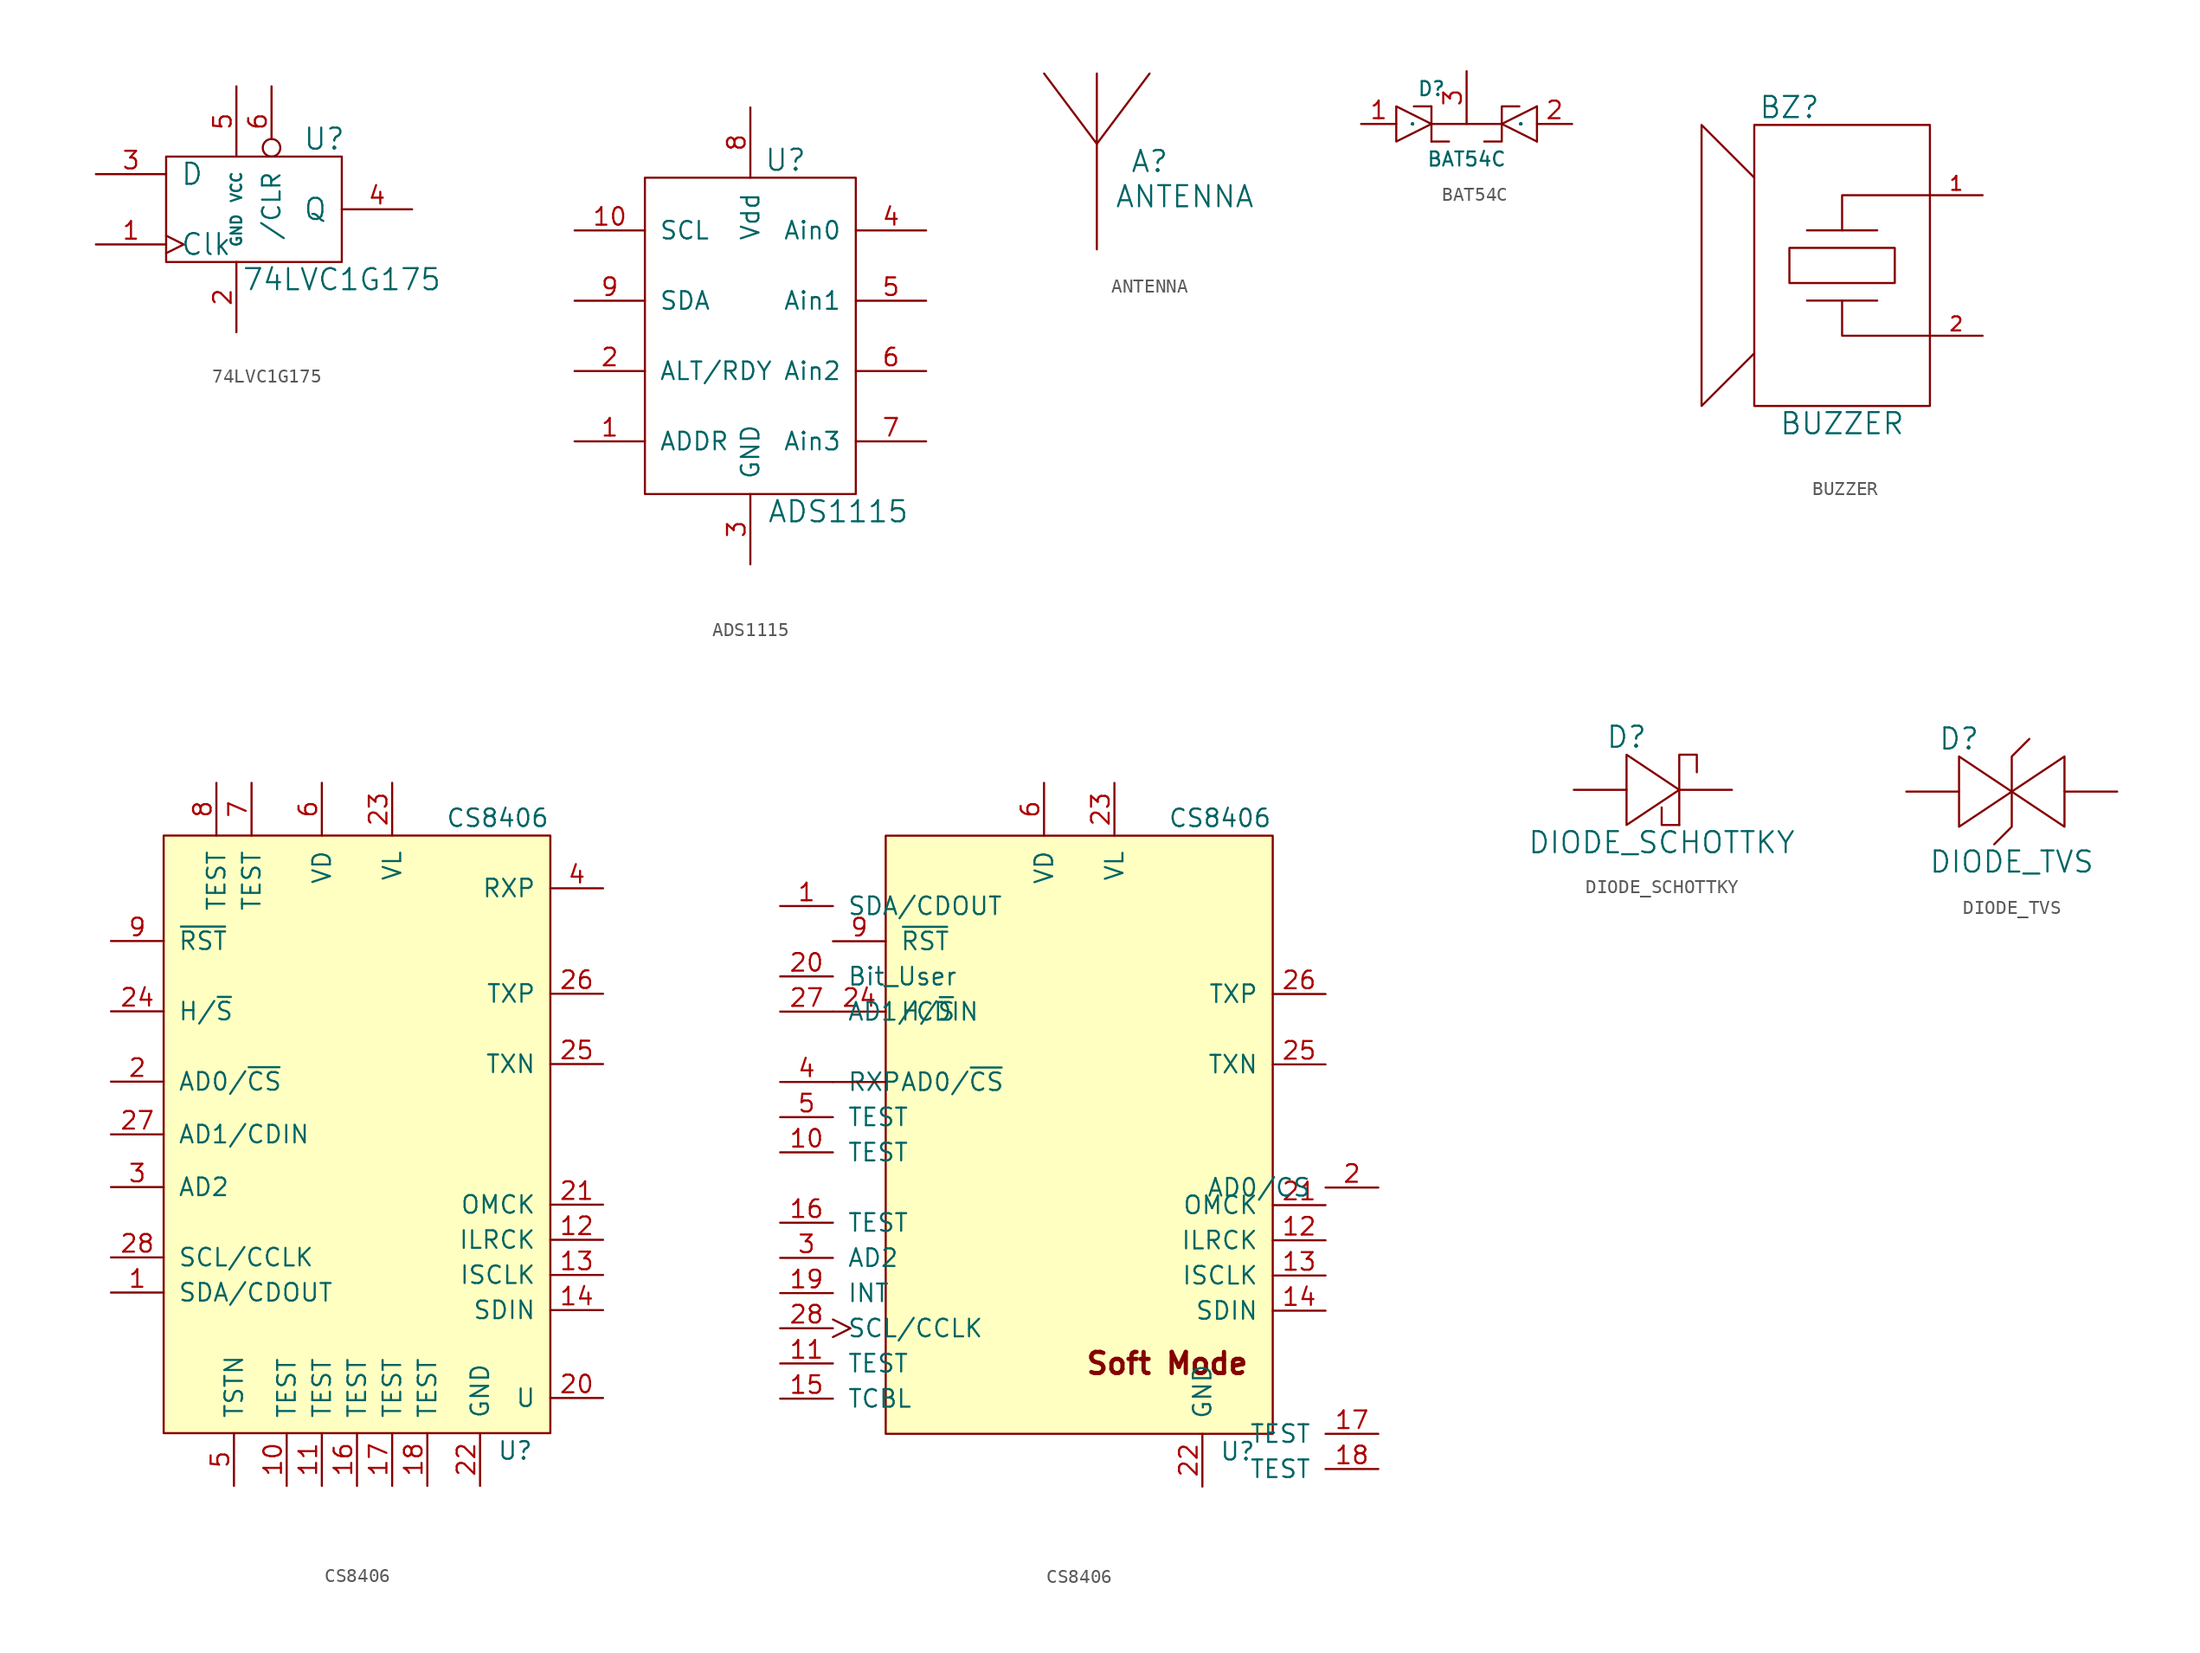
<source format=kicad_sym>
(kicad_symbol_lib
  (version 20211014)
  (generator kicad_symbol_editor)
  (symbol "74LVC1G175"
    (pin_names
      (offset 1.016))
    (property "Reference" "U"
      (at 5.08 5.08 0)
      (effects (font (size 1.524 1.524))))
    (property "Value" "74LVC1G175"
      (at 6.35 -5.08 0)
      (effects (font (size 1.524 1.524))))
    (property "Footprint" ""
      (at 1.27 0 0)
      (effects (font (size 1.524 1.524))))
    (property "Datasheet" ""
      (at 1.27 0 0)
      (effects (font (size 1.524 1.524))))
    (symbol "74LVC1G175_0_0"
      (pin power_in line (at -1.27 -8.89 90) (length 5.08) (name "GND" (effects (font (size 0.762 0.762)))) (number "2" (effects (font (size 1.27 1.27)))))
      (pin power_in line (at -1.27 8.89 270) (length 5.08) (name "VCC" (effects (font (size 0.762 0.762)))) (number "5" (effects (font (size 1.27 1.27))))))
    (symbol "74LVC1G175_0_1"
      (rectangle (start -6.35 3.81) (end 6.35 -3.81) (stroke (width 0) (type default) (color 0 0 0 0)) (fill (type none))))
    (symbol "74LVC1G175_1_1"
      (pin input clock (at -11.43 -2.54 0) (length 5.08) (name "Clk" (effects (font (size 1.524 1.524)))) (number "1" (effects (font (size 1.27 1.27)))))
      (pin input line (at -11.43 2.54 0) (length 5.08) (name "D" (effects (font (size 1.524 1.524)))) (number "3" (effects (font (size 1.27 1.27)))))
      (pin output line (at 11.43 0 180) (length 5.08) (name "Q" (effects (font (size 1.524 1.524)))) (number "4" (effects (font (size 1.27 1.27)))))
      (pin input inverted (at 1.27 8.89 270) (length 5.08) (name "/CLR" (effects (font (size 1.27 1.27)))) (number "6" (effects (font (size 1.27 1.27)))))))
  (symbol "ADS1115"
    (pin_names
      (offset 1.016))
    (property "Reference" "U"
      (at 2.54 12.7 0)
      (effects (font (size 1.524 1.524))))
    (property "Value" "ADS1115"
      (at 6.35 -12.7 0)
      (effects (font (size 1.524 1.524))))
    (property "Footprint" ""
      (at -1.27 -2.54 0)
      (effects (font (size 1.524 1.524))))
    (property "Datasheet" ""
      (at -1.27 -2.54 0)
      (effects (font (size 1.524 1.524))))
    (symbol "ADS1115_0_1"
      (rectangle (start 7.62 11.43) (end -7.62 -11.43) (stroke (width 0) (type default) (color 0 0 0 0)) (fill (type none))))
    (symbol "ADS1115_1_1"
      (pin input line (at -12.7 -7.62 0) (length 5.08) (name "ADDR" (effects (font (size 1.27 1.27)))) (number "1" (effects (font (size 1.27 1.27)))))
      (pin input line (at -12.7 7.62 0) (length 5.08) (name "SCL" (effects (font (size 1.27 1.27)))) (number "10" (effects (font (size 1.27 1.27)))))
      (pin input line (at -12.7 -2.54 0) (length 5.08) (name "ALT/RDY" (effects (font (size 1.27 1.27)))) (number "2" (effects (font (size 1.27 1.27)))))
      (pin input line (at 0 -16.51 90) (length 5.08) (name "GND" (effects (font (size 1.27 1.27)))) (number "3" (effects (font (size 1.27 1.27)))))
      (pin input line (at 12.7 7.62 180) (length 5.08) (name "Ain0" (effects (font (size 1.27 1.27)))) (number "4" (effects (font (size 1.27 1.27)))))
      (pin input line (at 12.7 2.54 180) (length 5.08) (name "Ain1" (effects (font (size 1.27 1.27)))) (number "5" (effects (font (size 1.27 1.27)))))
      (pin input line (at 12.7 -2.54 180) (length 5.08) (name "Ain2" (effects (font (size 1.27 1.27)))) (number "6" (effects (font (size 1.27 1.27)))))
      (pin input line (at 12.7 -7.62 180) (length 5.08) (name "Ain3" (effects (font (size 1.27 1.27)))) (number "7" (effects (font (size 1.27 1.27)))))
      (pin input line (at 0 16.51 270) (length 5.08) (name "Vdd" (effects (font (size 1.27 1.27)))) (number "8" (effects (font (size 1.27 1.27)))))
      (pin input line (at -12.7 2.54 0) (length 5.08) (name "SDA" (effects (font (size 1.27 1.27)))) (number "9" (effects (font (size 1.27 1.27)))))))
  (symbol "ANTENNA"
    (pin_numbers hide)
    (pin_names
      (offset 1.016) hide)
    (property "Reference" "A"
      (at 3.81 -1.27 0)
      (effects (font (size 1.524 1.524))))
    (property "Value" "ANTENNA"
      (at 6.35 -3.81 0)
      (effects (font (size 1.524 1.524))))
    (property "Footprint" ""
      (at 0 0 0)
      (effects (font (size 1.524 1.524))))
    (property "Datasheet" ""
      (at 0 0 0)
      (effects (font (size 1.524 1.524))))
    (symbol "ANTENNA_0_1"
      (polyline (pts (xy 0 0) (xy -3.81 5.08)) (stroke (width 0) (type default) (color 0 0 0 0)) (fill (type none)))
      (polyline (pts (xy 0 0) (xy 0 5.08)) (stroke (width 0) (type default) (color 0 0 0 0)) (fill (type none)))
      (polyline (pts (xy 0 0) (xy 3.81 5.08)) (stroke (width 0) (type default) (color 0 0 0 0)) (fill (type none))))
    (symbol "ANTENNA_1_1"
      (pin input line (at 0 -7.62 90) (length 7.62) (name "A" (effects (font (size 1.27 1.27)))) (number "A" (effects (font (size 1.27 1.27)))))))
  (symbol "BAT54C"
    (pin_names
      (offset 1.016))
    (property "Reference" "D"
      (at -11.43 3.81 0)
      (effects (font (size 1.016 1.016))))
    (property "Value" "BAT54C"
      (at -8.89 -1.27 0)
      (effects (font (size 1.016 1.016))))
    (property "Footprint" ""
      (at 0 0 0)
      (effects (font (size 1.524 1.524))))
    (property "Datasheet" ""
      (at 0 0 0)
      (effects (font (size 1.524 1.524))))
    (symbol "BAT54C_0_1"
      (polyline (pts (xy -11.43 0) (xy -11.43 2.54)) (stroke (width 0) (type default) (color 0 0 0 0)) (fill (type none)))
      (polyline (pts (xy -11.43 0) (xy -10.16 0)) (stroke (width 0) (type default) (color 0 0 0 0)) (fill (type none)))
      (polyline (pts (xy -11.43 2.54) (xy -12.7 2.54)) (stroke (width 0) (type default) (color 0 0 0 0)) (fill (type none)))
      (polyline (pts (xy -6.35 1.27) (xy -3.81 0)) (stroke (width 0) (type default) (color 0 0 0 0)) (fill (type none)))
      (polyline (pts (xy -3.81 2.54) (xy -3.81 0)) (stroke (width 0) (type default) (color 0 0 0 0)) (fill (type none)))
      (polyline (pts (xy -11.43 1.27) (xy -6.35 1.27) (xy -3.81 2.54)) (stroke (width 0) (type default) (color 0 0 0 0)) (fill (type none)))
      (polyline (pts (xy -11.43 1.27) (xy -13.97 2.54) (xy -13.97 0) (xy -11.43 1.27)) (stroke (width 0) (type default) (color 0 0 0 0)) (fill (type none)))
      (polyline (pts (xy -5.08 2.54) (xy -6.35 2.54) (xy -6.35 0) (xy -7.62 0)) (stroke (width 0) (type default) (color 0 0 0 0)) (fill (type none))))
    (symbol "BAT54C_1_1"
      (pin bidirectional line (at -16.51 1.27 0) (length 2.54) (name "A(D1)" (effects (font (size 0.025 0.025)))) (number "1" (effects (font (size 1.27 1.27)))))
      (pin bidirectional line (at -1.27 1.27 180) (length 2.54) (name "C(D2)" (effects (font (size 0.025 0.025)))) (number "2" (effects (font (size 1.27 1.27)))))
      (pin bidirectional line (at -8.89 5.08 270) (length 3.81) (name "C(D1)_A(D2)" (effects (font (size 0 0)))) (number "3" (effects (font (size 1.27 1.27)))))))
  (symbol "BUZZER"
    (pin_names
      (offset 1.016) hide)
    (property "Reference" "BZ"
      (at -3.81 11.43 0)
      (effects (font (size 1.524 1.524))))
    (property "Value" "BUZZER"
      (at 0 -11.43 0)
      (effects (font (size 1.524 1.524))))
    (property "Footprint" ""
      (at 0 0 0)
      (effects (font (size 1.524 1.524))))
    (property "Datasheet" ""
      (at 0 0 0)
      (effects (font (size 1.524 1.524))))
    (symbol "BUZZER_0_1"
      (rectangle (start -6.35 10.16) (end 6.35 -10.16) (stroke (width 0) (type default) (color 0 0 0 0)) (fill (type none)))
      (rectangle (start -3.81 1.27) (end 3.81 -1.27) (stroke (width 0) (type default) (color 0 0 0 0)) (fill (type none)))
      (polyline (pts (xy -2.54 -2.54) (xy 2.54 -2.54)) (stroke (width 0) (type default) (color 0 0 0 0)) (fill (type none)))
      (polyline (pts (xy -2.54 2.54) (xy 2.54 2.54)) (stroke (width 0) (type default) (color 0 0 0 0)) (fill (type none)))
      (polyline (pts (xy 0 -2.54) (xy 0 -5.08) (xy 6.35 -5.08)) (stroke (width 0) (type default) (color 0 0 0 0)) (fill (type none)))
      (polyline (pts (xy 0 2.54) (xy 0 5.08) (xy 6.35 5.08)) (stroke (width 0) (type default) (color 0 0 0 0)) (fill (type none)))
      (polyline (pts (xy -6.35 -6.35) (xy -10.16 -10.16) (xy -10.16 10.16) (xy -6.35 6.35)) (stroke (width 0) (type default) (color 0 0 0 0)) (fill (type none))))
    (symbol "BUZZER_1_1"
      (pin input line (at 10.16 5.08 180) (length 3.81) (name "1" (effects (font (size 1.016 1.016)))) (number "1" (effects (font (size 1.016 1.016)))))
      (pin input line (at 10.16 -5.08 180) (length 3.81) (name "2" (effects (font (size 1.016 1.016)))) (number "2" (effects (font (size 1.016 1.016)))))))
  (symbol "CS8406"
    (pin_names
      (offset 1.016))
    (property "Reference" "U"
      (at 11.43 -22.86 0)
      (effects (font (size 1.27 1.27))))
    (property "Value" "CS8406"
      (at 10.16 22.86 0)
      (effects (font (size 1.27 1.27))))
    (symbol "CS8406_0_0"
      (rectangle (start -13.97 21.59) (end 13.97 -21.59) (stroke (width 0) (type default) (color 0 0 0 0)) (fill (type background))))
    (symbol "CS8406_0_2"
      (text "Soft Mode" (at 6.35 -16.51 0) (effects (font (size 1.524 1.524) bold))))
    (symbol "CS8406_1_0"
      (pin bidirectional line (at 17.78 -7.62 180) (length 3.81) (name "ILRCK" (effects (font (size 1.27 1.27)))) (number "12" (effects (font (size 1.27 1.27)))))
      (pin bidirectional line (at 17.78 -10.16 180) (length 3.81) (name "ISCLK" (effects (font (size 1.27 1.27)))) (number "13" (effects (font (size 1.27 1.27)))))
      (pin input line (at 17.78 -12.7 180) (length 3.81) (name "SDIN" (effects (font (size 1.27 1.27)))) (number "14" (effects (font (size 1.27 1.27)))))
      (pin input line (at 17.78 -5.08 180) (length 3.81) (name "OMCK" (effects (font (size 1.27 1.27)))) (number "21" (effects (font (size 1.27 1.27)))))
      (pin power_in line (at 8.89 -25.4 90) (length 3.81) (name "GND" (effects (font (size 1.27 1.27)))) (number "22" (effects (font (size 1.27 1.27)))))
      (pin power_in line (at 2.54 25.4 270) (length 3.81) (name "VL" (effects (font (size 1.27 1.27)))) (number "23" (effects (font (size 1.27 1.27)))))
      (pin input line (at -17.78 8.89 0) (length 3.81) (name "H/~{S}" (effects (font (size 1.27 1.27)))) (number "24" (effects (font (size 1.27 1.27)))))
      (pin output line (at 17.78 5.08 180) (length 3.81) (name "TXN" (effects (font (size 1.27 1.27)))) (number "25" (effects (font (size 1.27 1.27)))))
      (pin output line (at 17.78 10.16 180) (length 3.81) (name "TXP" (effects (font (size 1.27 1.27)))) (number "26" (effects (font (size 1.27 1.27)))))
      (pin power_in line (at -2.54 25.4 270) (length 3.81) (name "VD" (effects (font (size 1.27 1.27)))) (number "6" (effects (font (size 1.27 1.27)))))
      (pin input line (at -17.78 13.97 0) (length 3.81) (name "~{RST}" (effects (font (size 1.27 1.27)))) (number "9" (effects (font (size 1.27 1.27))))))
    (symbol "CS8406_1_1"
      (pin input line (at -17.78 -11.43 0) (length 3.81) (name "SDA/CDOUT" (effects (font (size 1.27 1.27)))) (number "1" (effects (font (size 1.27 1.27)))))
      (pin input line (at -5.08 -25.4 90) (length 3.81) (name "TEST" (effects (font (size 1.27 1.27)))) (number "10" (effects (font (size 1.27 1.27)))))
      (pin input line (at -2.54 -25.4 90) (length 3.81) (name "TEST" (effects (font (size 1.27 1.27)))) (number "11" (effects (font (size 1.27 1.27)))))
      (pin input line (at 0 -25.4 90) (length 3.81) (name "TEST" (effects (font (size 1.27 1.27)))) (number "16" (effects (font (size 1.27 1.27)))))
      (pin output line (at 2.54 -25.4 90) (length 3.81) (name "TEST" (effects (font (size 1.27 1.27)))) (number "17" (effects (font (size 1.27 1.27)))))
      (pin bidirectional line (at 5.08 -25.4 90) (length 3.81) (name "TEST" (effects (font (size 1.27 1.27)))) (number "18" (effects (font (size 1.27 1.27)))))
      (pin input line (at -17.78 3.81 0) (length 3.81) (name "AD0/~{CS}" (effects (font (size 1.27 1.27)))) (number "2" (effects (font (size 1.27 1.27)))))
      (pin input line (at 17.78 -19.05 180) (length 3.81) (name "U" (effects (font (size 1.27 1.27)))) (number "20" (effects (font (size 1.27 1.27)))))
      (pin input line (at -17.78 0 0) (length 3.81) (name "AD1/CDIN" (effects (font (size 1.27 1.27)))) (number "27" (effects (font (size 1.27 1.27)))))
      (pin input line (at -17.78 -8.89 0) (length 3.81) (name "SCL/CCLK" (effects (font (size 1.27 1.27)))) (number "28" (effects (font (size 1.27 1.27)))))
      (pin input line (at -17.78 -3.81 0) (length 3.81) (name "AD2" (effects (font (size 1.27 1.27)))) (number "3" (effects (font (size 1.27 1.27)))))
      (pin input line (at 17.78 17.78 180) (length 3.81) (name "RXP" (effects (font (size 1.27 1.27)))) (number "4" (effects (font (size 1.27 1.27)))))
      (pin input line (at -8.89 -25.4 90) (length 3.81) (name "TSTN" (effects (font (size 1.27 1.27)))) (number "5" (effects (font (size 1.27 1.27)))))
      (pin input line (at -7.62 25.4 270) (length 3.81) (name "TEST" (effects (font (size 1.27 1.27)))) (number "7" (effects (font (size 1.27 1.27)))))
      (pin input line (at -10.16 25.4 270) (length 3.81) (name "TEST" (effects (font (size 1.27 1.27)))) (number "8" (effects (font (size 1.27 1.27))))))
    (symbol "CS8406_1_2"
      (pin input line (at -21.59 16.51 0) (length 3.81) (name "SDA/CDOUT" (effects (font (size 1.27 1.27)))) (number "1" (effects (font (size 1.27 1.27)))))
      (pin input line (at -21.59 -1.27 0) (length 3.81) (name "TEST" (effects (font (size 1.27 1.27)))) (number "10" (effects (font (size 1.27 1.27)))))
      (pin input line (at -21.59 -16.51 0) (length 3.81) (name "TEST" (effects (font (size 1.27 1.27)))) (number "11" (effects (font (size 1.27 1.27)))))
      (pin bidirectional line (at -21.59 -19.05 0) (length 3.81) (name "TCBL" (effects (font (size 1.27 1.27)))) (number "15" (effects (font (size 1.27 1.27)))))
      (pin input line (at -21.59 -6.35 0) (length 3.81) (name "TEST" (effects (font (size 1.27 1.27)))) (number "16" (effects (font (size 1.27 1.27)))))
      (pin input line (at 21.59 -21.59 180) (length 3.81) (name "TEST" (effects (font (size 1.27 1.27)))) (number "17" (effects (font (size 1.27 1.27)))))
      (pin input line (at 21.59 -24.13 180) (length 3.81) (name "TEST" (effects (font (size 1.27 1.27)))) (number "18" (effects (font (size 1.27 1.27)))))
      (pin output line (at -21.59 -11.43 0) (length 3.81) (name "INT" (effects (font (size 1.27 1.27)))) (number "19" (effects (font (size 1.27 1.27)))))
      (pin input line (at 21.59 -3.81 180) (length 3.81) (name "AD0/CS" (effects (font (size 1.27 1.27)))) (number "2" (effects (font (size 1.27 1.27)))))
      (pin input line (at -21.59 11.43 0) (length 3.81) (name "Bit_User" (effects (font (size 1.27 1.27)))) (number "20" (effects (font (size 1.27 1.27)))))
      (pin input line (at -21.59 8.89 0) (length 3.81) (name "AD1/CDIN" (effects (font (size 1.27 1.27)))) (number "27" (effects (font (size 1.27 1.27)))))
      (pin input clock (at -21.59 -13.97 0) (length 3.81) (name "SCL/CCLK" (effects (font (size 1.27 1.27)))) (number "28" (effects (font (size 1.27 1.27)))))
      (pin input line (at -21.59 -8.89 0) (length 3.81) (name "AD2" (effects (font (size 1.27 1.27)))) (number "3" (effects (font (size 1.27 1.27)))))
      (pin input line (at -21.59 3.81 0) (length 3.81) (name "RXP" (effects (font (size 1.27 1.27)))) (number "4" (effects (font (size 1.27 1.27)))))
      (pin input line (at -21.59 1.27 0) (length 3.81) (name "TEST" (effects (font (size 1.27 1.27)))) (number "5" (effects (font (size 1.27 1.27)))))
      (pin input line (at -17.78 3.81 0) (length 3.81) (name "AD0/~{CS}" (effects (font (size 1.27 1.27)))) (number "~" (effects (font (size 1.27 1.27)))))))
  (symbol "DIODE_SCHOTTKY"
    (pin_numbers hide)
    (pin_names
      (offset 1.016) hide)
    (property "Reference" "D"
      (at 0 3.81 0)
      (effects (font (size 1.524 1.524))))
    (property "Value" "DIODE_SCHOTTKY"
      (at 2.54 -3.81 0)
      (effects (font (size 1.524 1.524))))
    (property "Footprint" ""
      (at 0 0 0)
      (effects (font (size 1.524 1.524))))
    (property "Datasheet" ""
      (at 0 0 0)
      (effects (font (size 1.524 1.524))))
    (symbol "DIODE_SCHOTTKY_0_1"
      (polyline (pts (xy 3.81 -2.54) (xy 2.54 -2.54) (xy 2.54 -1.27)) (stroke (width 0) (type default) (color 0 0 0 0)) (fill (type none)))
      (polyline (pts (xy 3.81 -2.54) (xy 3.81 2.54) (xy 5.08 2.54) (xy 5.08 1.27)) (stroke (width 0) (type default) (color 0 0 0 0)) (fill (type none)))
      (polyline (pts (xy 3.81 0) (xy 0 -2.54) (xy 0 2.54) (xy 3.81 0)) (stroke (width 0) (type default) (color 0 0 0 0)) (fill (type none))))
    (symbol "DIODE_SCHOTTKY_1_1"
      (pin input line (at -3.81 0 0) (length 3.81) (name "A" (effects (font (size 1.27 1.27)))) (number "A" (effects (font (size 1.27 1.27)))))
      (pin input line (at 7.62 0 180) (length 3.81) (name "K" (effects (font (size 1.27 1.27)))) (number "K" (effects (font (size 1.27 1.27)))))))
  (symbol "DIODE_TVS"
    (pin_numbers hide)
    (pin_names
      (offset 1.016) hide)
    (property "Reference" "D"
      (at 0 3.81 0)
      (effects (font (size 1.524 1.524))))
    (property "Value" "DIODE_TVS"
      (at 3.81 -5.08 0)
      (effects (font (size 1.524 1.524))))
    (property "Footprint" ""
      (at 0 0 0)
      (effects (font (size 1.524 1.524))))
    (property "Datasheet" ""
      (at 0 0 0)
      (effects (font (size 1.524 1.524))))
    (symbol "DIODE_TVS_0_1"
      (polyline (pts (xy 3.81 0) (xy 0 -2.54) (xy 0 2.54) (xy 3.81 0)) (stroke (width 0) (type default) (color 0 0 0 0)) (fill (type none)))
      (polyline (pts (xy 3.81 0) (xy 7.62 2.54) (xy 7.62 -2.54) (xy 3.81 0)) (stroke (width 0) (type default) (color 0 0 0 0)) (fill (type none)))
      (polyline (pts (xy 5.08 3.81) (xy 3.81 2.54) (xy 3.81 -2.54) (xy 2.54 -3.81)) (stroke (width 0) (type default) (color 0 0 0 0)) (fill (type none))))
    (symbol "DIODE_TVS_1_1"
      (pin input line (at -3.81 0 0) (length 3.81) (name "A" (effects (font (size 1.27 1.27)))) (number "A" (effects (font (size 1.27 1.27)))))
      (pin input line (at 11.43 0 180) (length 3.81) (name "K" (effects (font (size 1.27 1.27)))) (number "K" (effects (font (size 1.27 1.27))))))))
</source>
